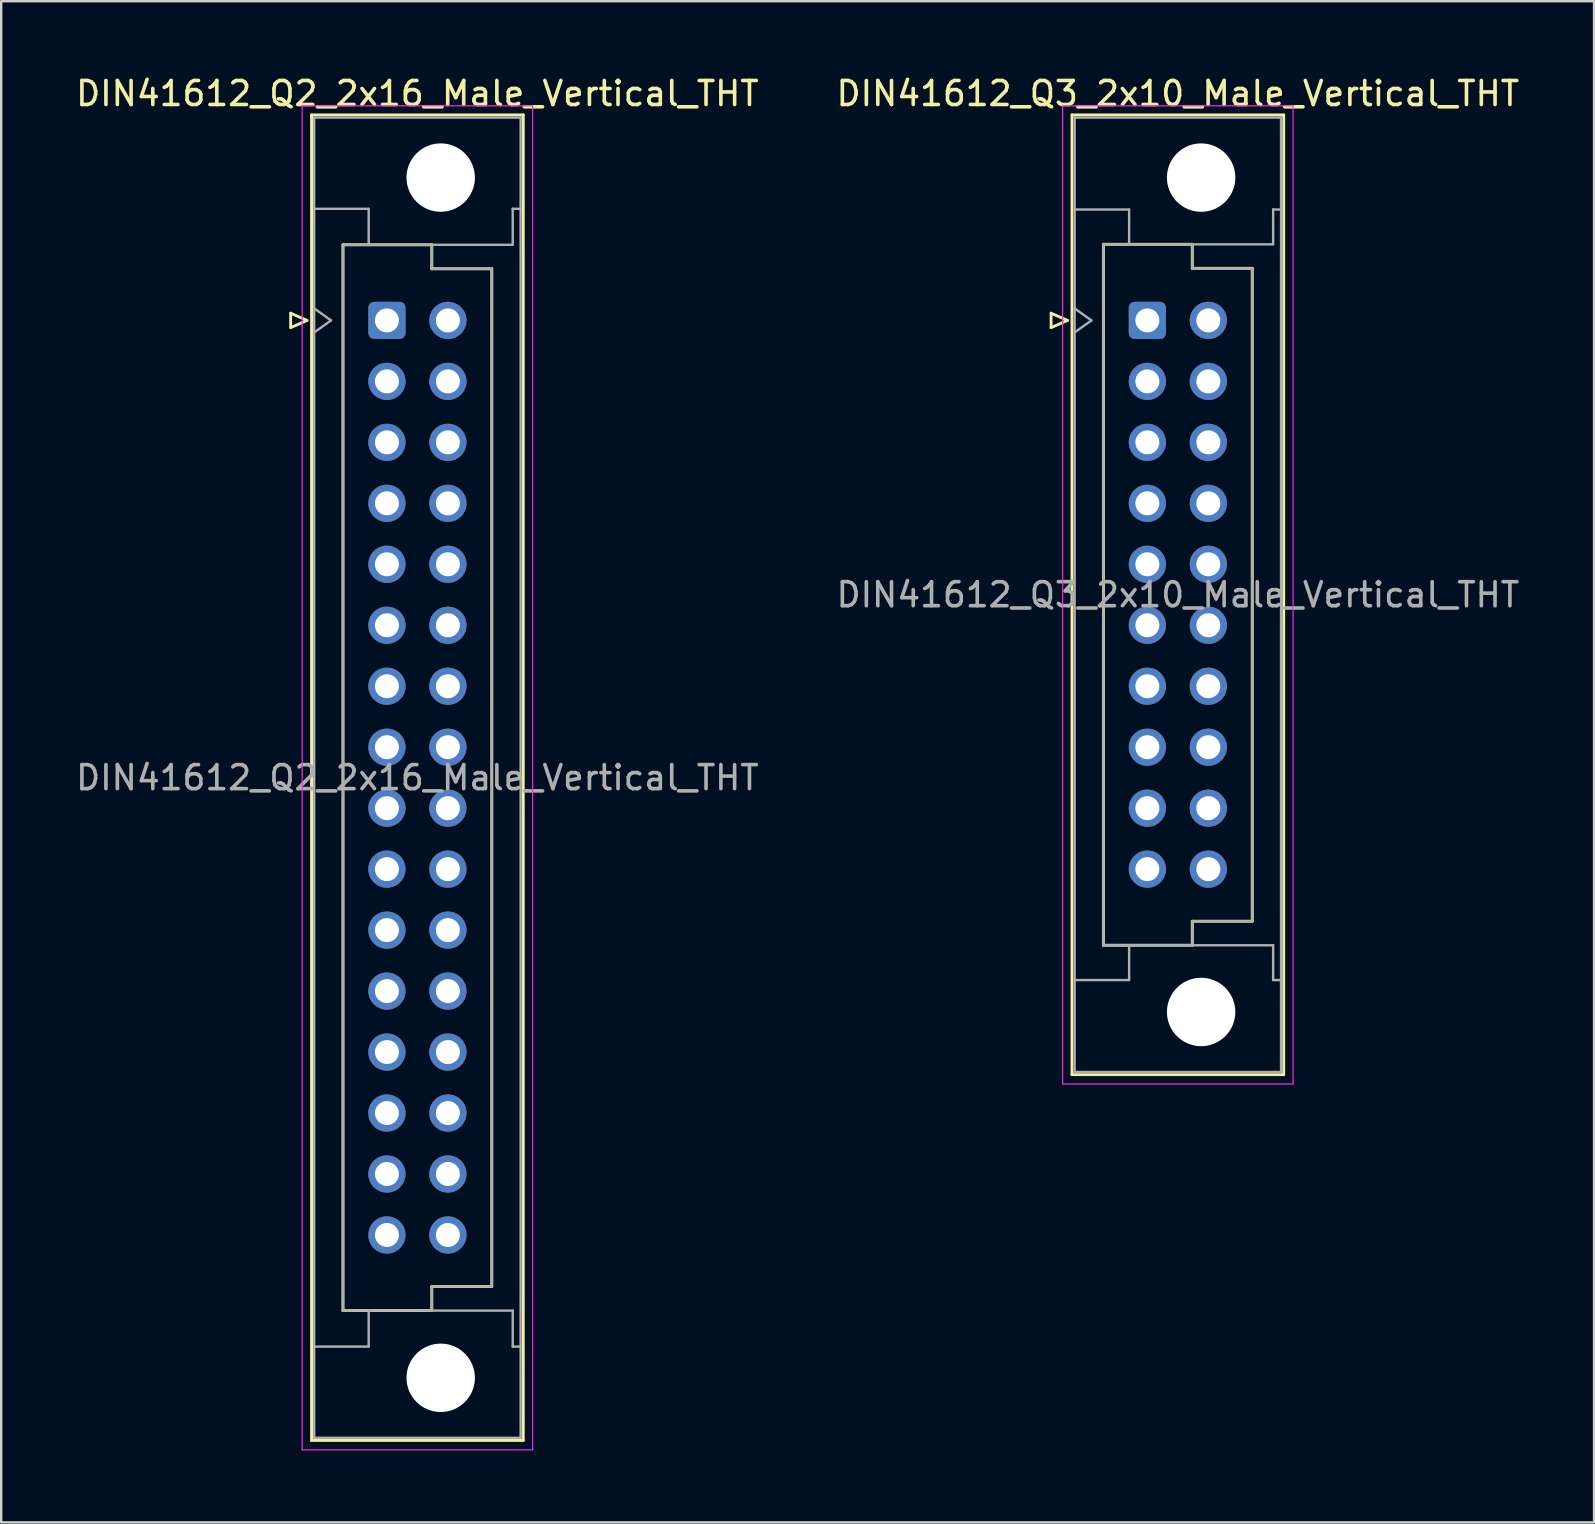
<source format=kicad_pcb>
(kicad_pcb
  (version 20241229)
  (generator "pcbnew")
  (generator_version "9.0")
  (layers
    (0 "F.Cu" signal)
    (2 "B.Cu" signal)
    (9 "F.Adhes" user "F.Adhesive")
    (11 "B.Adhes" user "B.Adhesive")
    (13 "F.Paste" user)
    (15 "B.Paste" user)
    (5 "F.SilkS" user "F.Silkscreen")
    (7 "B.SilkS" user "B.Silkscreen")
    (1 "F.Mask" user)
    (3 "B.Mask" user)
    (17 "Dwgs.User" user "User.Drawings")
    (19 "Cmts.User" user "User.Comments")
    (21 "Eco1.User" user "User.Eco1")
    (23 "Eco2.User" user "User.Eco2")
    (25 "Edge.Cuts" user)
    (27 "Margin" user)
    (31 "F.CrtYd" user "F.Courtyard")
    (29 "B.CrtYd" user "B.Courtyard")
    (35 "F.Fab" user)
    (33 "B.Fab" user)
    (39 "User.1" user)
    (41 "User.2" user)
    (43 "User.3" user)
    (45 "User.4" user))
  (footprint "DIN41612_Q2_2x16_Male_Vertical_THT"
    (layer "F.Cu")
    (at 13.069 10.298)
    (property "Reference" "DIN41612_Q2_2x16_Male_Vertical_THT" (at 1.27 -9.45 0) (layer "F.SilkS") (effects (font (size 1 1) (thickness 0.15))))
    (attr through_hole)
    (fp_line (start -4.01 -0.3) (end -4.01 0.3) (stroke (width 0.12) (type solid)) (layer "F.SilkS"))
    (fp_line (start -4.01 0.3) (end -3.33 0) (stroke (width 0.12) (type solid)) (layer "F.SilkS"))
    (fp_line (start -3.33 0) (end -4.01 -0.3) (stroke (width 0.12) (type solid)) (layer "F.SilkS"))
    (fp_line (start -3.14 -8.56) (end 5.68 -8.56) (stroke (width 0.12) (type solid)) (layer "F.SilkS"))
    (fp_line (start -3.14 46.66) (end -3.14 -8.56) (stroke (width 0.12) (type solid)) (layer "F.SilkS"))
    (fp_line (start -1.83 -3.15) (end 1.87 -3.15) (stroke (width 0.12) (type solid)) (layer "F.SilkS"))
    (fp_line (start -1.83 41.25) (end -1.83 -3.15) (stroke (width 0.12) (type solid)) (layer "F.SilkS"))
    (fp_line (start 1.87 -3.15) (end 1.87 -2.15) (stroke (width 0.12) (type solid)) (layer "F.SilkS"))
    (fp_line (start 1.87 -2.15) (end 4.37 -2.15) (stroke (width 0.12) (type solid)) (layer "F.SilkS"))
    (fp_line (start 1.87 40.25) (end 1.87 41.25) (stroke (width 0.12) (type solid)) (layer "F.SilkS"))
    (fp_line (start 1.87 41.25) (end -1.83 41.25) (stroke (width 0.12) (type solid)) (layer "F.SilkS"))
    (fp_line (start 4.37 -2.15) (end 4.37 40.25) (stroke (width 0.12) (type solid)) (layer "F.SilkS"))
    (fp_line (start 4.37 40.25) (end 1.87 40.25) (stroke (width 0.12) (type solid)) (layer "F.SilkS"))
    (fp_line (start 5.68 -8.56) (end 5.68 46.66) (stroke (width 0.12) (type solid)) (layer "F.SilkS"))
    (fp_line (start 5.68 46.66) (end -3.14 46.66) (stroke (width 0.12) (type solid)) (layer "F.SilkS"))
    (fp_line (start -3.53 -8.94) (end 6.07 -8.94) (stroke (width 0.05) (type solid)) (layer "F.CrtYd"))
    (fp_line (start -3.53 47.05) (end -3.53 -8.94) (stroke (width 0.05) (type solid)) (layer "F.CrtYd"))
    (fp_line (start 6.07 -8.94) (end 6.07 47.05) (stroke (width 0.05) (type solid)) (layer "F.CrtYd"))
    (fp_line (start 6.07 47.05) (end -3.53 47.05) (stroke (width 0.05) (type solid)) (layer "F.CrtYd"))
    (fp_line (start -3.03 -8.45) (end 5.57 -8.45) (stroke (width 0.1) (type solid)) (layer "F.Fab"))
    (fp_line (start -3.03 -4.65) (end -0.76 -4.65) (stroke (width 0.1) (type solid)) (layer "F.Fab"))
    (fp_line (start -3.03 -0.5) (end -2.33 0) (stroke (width 0.1) (type solid)) (layer "F.Fab"))
    (fp_line (start -3.03 42.75) (end -0.76 42.75) (stroke (width 0.1) (type solid)) (layer "F.Fab"))
    (fp_line (start -3.03 46.55) (end -3.03 -8.45) (stroke (width 0.1) (type solid)) (layer "F.Fab"))
    (fp_line (start -2.33 0) (end -3.03 0.5) (stroke (width 0.1) (type solid)) (layer "F.Fab"))
    (fp_line (start -1.83 -3.15) (end 1.87 -3.15) (stroke (width 0.1) (type solid)) (layer "F.Fab"))
    (fp_line (start -1.83 41.25) (end -1.83 -3.15) (stroke (width 0.1) (type solid)) (layer "F.Fab"))
    (fp_line (start -0.76 -4.65) (end -0.76 -3.15) (stroke (width 0.1) (type solid)) (layer "F.Fab"))
    (fp_line (start -0.76 42.75) (end -0.76 41.25) (stroke (width 0.1) (type solid)) (layer "F.Fab"))
    (fp_line (start 1.87 -3.15) (end 1.87 -2.15) (stroke (width 0.1) (type solid)) (layer "F.Fab"))
    (fp_line (start 1.87 -3.15) (end 5.24 -3.15) (stroke (width 0.1) (type solid)) (layer "F.Fab"))
    (fp_line (start 1.87 -2.15) (end 4.37 -2.15) (stroke (width 0.1) (type solid)) (layer "F.Fab"))
    (fp_line (start 1.87 40.25) (end 1.87 41.25) (stroke (width 0.1) (type solid)) (layer "F.Fab"))
    (fp_line (start 1.87 41.25) (end -1.83 41.25) (stroke (width 0.1) (type solid)) (layer "F.Fab"))
    (fp_line (start 1.87 41.25) (end 5.24 41.25) (stroke (width 0.1) (type solid)) (layer "F.Fab"))
    (fp_line (start 4.37 -2.15) (end 4.37 40.25) (stroke (width 0.1) (type solid)) (layer "F.Fab"))
    (fp_line (start 4.37 40.25) (end 1.87 40.25) (stroke (width 0.1) (type solid)) (layer "F.Fab"))
    (fp_line (start 5.24 -4.65) (end 5.57 -4.65) (stroke (width 0.1) (type solid)) (layer "F.Fab"))
    (fp_line (start 5.24 -3.15) (end 5.24 -4.65) (stroke (width 0.1) (type solid)) (layer "F.Fab"))
    (fp_line (start 5.24 41.25) (end 5.24 42.75) (stroke (width 0.1) (type solid)) (layer "F.Fab"))
    (fp_line (start 5.24 42.75) (end 5.57 42.75) (stroke (width 0.1) (type solid)) (layer "F.Fab"))
    (fp_line (start 5.57 -8.45) (end 5.57 46.55) (stroke (width 0.1) (type solid)) (layer "F.Fab"))
    (fp_line (start 5.57 46.55) (end -3.03 46.55) (stroke (width 0.1) (type solid)) (layer "F.Fab"))
    (fp_text user "${REFERENCE}" (at 1.27 19.05 0) (layer "F.Fab") (effects (font (size 1 1) (thickness 0.15))))
    (pad "" np_thru_hole circle (at 2.24 -5.95) (size 2.85 2.85) (drill 2.85) (layers "*.Cu" "*.Mask"))
    (pad "" np_thru_hole circle (at 2.24 44.05) (size 2.85 2.85) (drill 2.85) (layers "*.Cu" "*.Mask"))
    (pad "a1" thru_hole roundrect (at 0 0) (size 1.55 1.55) (drill 1) (layers "*.Cu" "*.Mask") (roundrect_rratio 0.161))
    (pad "a2" thru_hole circle (at 0 2.54) (size 1.55 1.55) (drill 1) (layers "*.Cu" "*.Mask"))
    (pad "a3" thru_hole circle (at 0 5.08) (size 1.55 1.55) (drill 1) (layers "*.Cu" "*.Mask"))
    (pad "a4" thru_hole circle (at 0 7.62) (size 1.55 1.55) (drill 1) (layers "*.Cu" "*.Mask"))
    (pad "a5" thru_hole circle (at 0 10.16) (size 1.55 1.55) (drill 1) (layers "*.Cu" "*.Mask"))
    (pad "a6" thru_hole circle (at 0 12.7) (size 1.55 1.55) (drill 1) (layers "*.Cu" "*.Mask"))
    (pad "a7" thru_hole circle (at 0 15.24) (size 1.55 1.55) (drill 1) (layers "*.Cu" "*.Mask"))
    (pad "a8" thru_hole circle (at 0 17.78) (size 1.55 1.55) (drill 1) (layers "*.Cu" "*.Mask"))
    (pad "a9" thru_hole circle (at 0 20.32) (size 1.55 1.55) (drill 1) (layers "*.Cu" "*.Mask"))
    (pad "a10" thru_hole circle (at 0 22.86) (size 1.55 1.55) (drill 1) (layers "*.Cu" "*.Mask"))
    (pad "a11" thru_hole circle (at 0 25.4) (size 1.55 1.55) (drill 1) (layers "*.Cu" "*.Mask"))
    (pad "a12" thru_hole circle (at 0 27.94) (size 1.55 1.55) (drill 1) (layers "*.Cu" "*.Mask"))
    (pad "a13" thru_hole circle (at 0 30.48) (size 1.55 1.55) (drill 1) (layers "*.Cu" "*.Mask"))
    (pad "a14" thru_hole circle (at 0 33.02) (size 1.55 1.55) (drill 1) (layers "*.Cu" "*.Mask"))
    (pad "a15" thru_hole circle (at 0 35.56) (size 1.55 1.55) (drill 1) (layers "*.Cu" "*.Mask"))
    (pad "a16" thru_hole circle (at 0 38.1) (size 1.55 1.55) (drill 1) (layers "*.Cu" "*.Mask"))
    (pad "b1" thru_hole circle (at 2.54 0) (size 1.55 1.55) (drill 1) (layers "*.Cu" "*.Mask"))
    (pad "b2" thru_hole circle (at 2.54 2.54) (size 1.55 1.55) (drill 1) (layers "*.Cu" "*.Mask"))
    (pad "b3" thru_hole circle (at 2.54 5.08) (size 1.55 1.55) (drill 1) (layers "*.Cu" "*.Mask"))
    (pad "b4" thru_hole circle (at 2.54 7.62) (size 1.55 1.55) (drill 1) (layers "*.Cu" "*.Mask"))
    (pad "b5" thru_hole circle (at 2.54 10.16) (size 1.55 1.55) (drill 1) (layers "*.Cu" "*.Mask"))
    (pad "b6" thru_hole circle (at 2.54 12.7) (size 1.55 1.55) (drill 1) (layers "*.Cu" "*.Mask"))
    (pad "b7" thru_hole circle (at 2.54 15.24) (size 1.55 1.55) (drill 1) (layers "*.Cu" "*.Mask"))
    (pad "b8" thru_hole circle (at 2.54 17.78) (size 1.55 1.55) (drill 1) (layers "*.Cu" "*.Mask"))
    (pad "b9" thru_hole circle (at 2.54 20.32) (size 1.55 1.55) (drill 1) (layers "*.Cu" "*.Mask"))
    (pad "b10" thru_hole circle (at 2.54 22.86) (size 1.55 1.55) (drill 1) (layers "*.Cu" "*.Mask"))
    (pad "b11" thru_hole circle (at 2.54 25.4) (size 1.55 1.55) (drill 1) (layers "*.Cu" "*.Mask"))
    (pad "b12" thru_hole circle (at 2.54 27.94) (size 1.55 1.55) (drill 1) (layers "*.Cu" "*.Mask"))
    (pad "b13" thru_hole circle (at 2.54 30.48) (size 1.55 1.55) (drill 1) (layers "*.Cu" "*.Mask"))
    (pad "b14" thru_hole circle (at 2.54 33.02) (size 1.55 1.55) (drill 1) (layers "*.Cu" "*.Mask"))
    (pad "b15" thru_hole circle (at 2.54 35.56) (size 1.55 1.55) (drill 1) (layers "*.Cu" "*.Mask"))
    (pad "b16" thru_hole circle (at 2.54 38.1) (size 1.55 1.55) (drill 1) (layers "*.Cu" "*.Mask")))
  (footprint "DIN41612_Q3_2x10_Male_Vertical_THT"
    (layer "F.Cu")
    (at 44.748 10.298)
    (property "Reference" "DIN41612_Q3_2x10_Male_Vertical_THT" (at 1.27 -9.45 0) (layer "F.SilkS") (effects (font (size 1 1) (thickness 0.15))))
    (attr through_hole)
    (fp_line (start -4.01 -0.3) (end -4.01 0.3) (stroke (width 0.12) (type solid)) (layer "F.SilkS"))
    (fp_line (start -4.01 0.3) (end -3.33 0) (stroke (width 0.12) (type solid)) (layer "F.SilkS"))
    (fp_line (start -3.33 0) (end -4.01 -0.3) (stroke (width 0.12) (type solid)) (layer "F.SilkS"))
    (fp_line (start -3.14 -8.56) (end 5.68 -8.56) (stroke (width 0.12) (type solid)) (layer "F.SilkS"))
    (fp_line (start -3.14 31.42) (end -3.14 -8.56) (stroke (width 0.12) (type solid)) (layer "F.SilkS"))
    (fp_line (start -1.83 -3.17) (end 1.87 -3.17) (stroke (width 0.12) (type solid)) (layer "F.SilkS"))
    (fp_line (start -1.83 26.03) (end -1.83 -3.17) (stroke (width 0.12) (type solid)) (layer "F.SilkS"))
    (fp_line (start 1.87 -3.17) (end 1.87 -2.17) (stroke (width 0.12) (type solid)) (layer "F.SilkS"))
    (fp_line (start 1.87 -2.17) (end 4.37 -2.17) (stroke (width 0.12) (type solid)) (layer "F.SilkS"))
    (fp_line (start 1.87 25.03) (end 1.87 26.03) (stroke (width 0.12) (type solid)) (layer "F.SilkS"))
    (fp_line (start 1.87 26.03) (end -1.83 26.03) (stroke (width 0.12) (type solid)) (layer "F.SilkS"))
    (fp_line (start 4.37 -2.17) (end 4.37 25.03) (stroke (width 0.12) (type solid)) (layer "F.SilkS"))
    (fp_line (start 4.37 25.03) (end 1.87 25.03) (stroke (width 0.12) (type solid)) (layer "F.SilkS"))
    (fp_line (start 5.68 -8.56) (end 5.68 31.42) (stroke (width 0.12) (type solid)) (layer "F.SilkS"))
    (fp_line (start 5.68 31.42) (end -3.14 31.42) (stroke (width 0.12) (type solid)) (layer "F.SilkS"))
    (fp_line (start -3.53 -8.94) (end 6.07 -8.94) (stroke (width 0.05) (type solid)) (layer "F.CrtYd"))
    (fp_line (start -3.53 31.81) (end -3.53 -8.94) (stroke (width 0.05) (type solid)) (layer "F.CrtYd"))
    (fp_line (start 6.07 -8.94) (end 6.07 31.81) (stroke (width 0.05) (type solid)) (layer "F.CrtYd"))
    (fp_line (start 6.07 31.81) (end -3.53 31.81) (stroke (width 0.05) (type solid)) (layer "F.CrtYd"))
    (fp_line (start -3.03 -8.45) (end 5.57 -8.45) (stroke (width 0.1) (type solid)) (layer "F.Fab"))
    (fp_line (start -3.03 -4.62) (end -0.76 -4.62) (stroke (width 0.1) (type solid)) (layer "F.Fab"))
    (fp_line (start -3.03 -0.5) (end -2.33 0) (stroke (width 0.1) (type solid)) (layer "F.Fab"))
    (fp_line (start -3.03 27.48) (end -0.76 27.48) (stroke (width 0.1) (type solid)) (layer "F.Fab"))
    (fp_line (start -3.03 31.31) (end -3.03 -8.45) (stroke (width 0.1) (type solid)) (layer "F.Fab"))
    (fp_line (start -2.33 0) (end -3.03 0.5) (stroke (width 0.1) (type solid)) (layer "F.Fab"))
    (fp_line (start -1.83 -3.17) (end 1.87 -3.17) (stroke (width 0.1) (type solid)) (layer "F.Fab"))
    (fp_line (start -1.83 26.03) (end -1.83 -3.17) (stroke (width 0.1) (type solid)) (layer "F.Fab"))
    (fp_line (start -0.76 -4.62) (end -0.76 -3.17) (stroke (width 0.1) (type solid)) (layer "F.Fab"))
    (fp_line (start -0.76 27.48) (end -0.76 26.03) (stroke (width 0.1) (type solid)) (layer "F.Fab"))
    (fp_line (start 1.87 -3.17) (end 1.87 -2.17) (stroke (width 0.1) (type solid)) (layer "F.Fab"))
    (fp_line (start 1.87 -3.17) (end 5.24 -3.17) (stroke (width 0.1) (type solid)) (layer "F.Fab"))
    (fp_line (start 1.87 -2.17) (end 4.37 -2.17) (stroke (width 0.1) (type solid)) (layer "F.Fab"))
    (fp_line (start 1.87 25.03) (end 1.87 26.03) (stroke (width 0.1) (type solid)) (layer "F.Fab"))
    (fp_line (start 1.87 26.03) (end -1.83 26.03) (stroke (width 0.1) (type solid)) (layer "F.Fab"))
    (fp_line (start 1.87 26.03) (end 5.24 26.03) (stroke (width 0.1) (type solid)) (layer "F.Fab"))
    (fp_line (start 4.37 -2.17) (end 4.37 25.03) (stroke (width 0.1) (type solid)) (layer "F.Fab"))
    (fp_line (start 4.37 25.03) (end 1.87 25.03) (stroke (width 0.1) (type solid)) (layer "F.Fab"))
    (fp_line (start 5.24 -4.62) (end 5.57 -4.62) (stroke (width 0.1) (type solid)) (layer "F.Fab"))
    (fp_line (start 5.24 -3.17) (end 5.24 -4.62) (stroke (width 0.1) (type solid)) (layer "F.Fab"))
    (fp_line (start 5.24 26.03) (end 5.24 27.48) (stroke (width 0.1) (type solid)) (layer "F.Fab"))
    (fp_line (start 5.24 27.48) (end 5.57 27.48) (stroke (width 0.1) (type solid)) (layer "F.Fab"))
    (fp_line (start 5.57 -8.45) (end 5.57 31.31) (stroke (width 0.1) (type solid)) (layer "F.Fab"))
    (fp_line (start 5.57 31.31) (end -3.03 31.31) (stroke (width 0.1) (type solid)) (layer "F.Fab"))
    (fp_text user "${REFERENCE}" (at 1.27 11.43 0) (layer "F.Fab") (effects (font (size 1 1) (thickness 0.15))))
    (pad "" np_thru_hole circle (at 2.24 -5.95) (size 2.85 2.85) (drill 2.85) (layers "*.Cu" "*.Mask"))
    (pad "" np_thru_hole circle (at 2.24 28.81) (size 2.85 2.85) (drill 2.85) (layers "*.Cu" "*.Mask"))
    (pad "a1" thru_hole roundrect (at 0 0) (size 1.55 1.55) (drill 1) (layers "*.Cu" "*.Mask") (roundrect_rratio 0.161))
    (pad "a2" thru_hole circle (at 0 2.54) (size 1.55 1.55) (drill 1) (layers "*.Cu" "*.Mask"))
    (pad "a3" thru_hole circle (at 0 5.08) (size 1.55 1.55) (drill 1) (layers "*.Cu" "*.Mask"))
    (pad "a4" thru_hole circle (at 0 7.62) (size 1.55 1.55) (drill 1) (layers "*.Cu" "*.Mask"))
    (pad "a5" thru_hole circle (at 0 10.16) (size 1.55 1.55) (drill 1) (layers "*.Cu" "*.Mask"))
    (pad "a6" thru_hole circle (at 0 12.7) (size 1.55 1.55) (drill 1) (layers "*.Cu" "*.Mask"))
    (pad "a7" thru_hole circle (at 0 15.24) (size 1.55 1.55) (drill 1) (layers "*.Cu" "*.Mask"))
    (pad "a8" thru_hole circle (at 0 17.78) (size 1.55 1.55) (drill 1) (layers "*.Cu" "*.Mask"))
    (pad "a9" thru_hole circle (at 0 20.32) (size 1.55 1.55) (drill 1) (layers "*.Cu" "*.Mask"))
    (pad "a10" thru_hole circle (at 0 22.86) (size 1.55 1.55) (drill 1) (layers "*.Cu" "*.Mask"))
    (pad "b1" thru_hole circle (at 2.54 0) (size 1.55 1.55) (drill 1) (layers "*.Cu" "*.Mask"))
    (pad "b2" thru_hole circle (at 2.54 2.54) (size 1.55 1.55) (drill 1) (layers "*.Cu" "*.Mask"))
    (pad "b3" thru_hole circle (at 2.54 5.08) (size 1.55 1.55) (drill 1) (layers "*.Cu" "*.Mask"))
    (pad "b4" thru_hole circle (at 2.54 7.62) (size 1.55 1.55) (drill 1) (layers "*.Cu" "*.Mask"))
    (pad "b5" thru_hole circle (at 2.54 10.16) (size 1.55 1.55) (drill 1) (layers "*.Cu" "*.Mask"))
    (pad "b6" thru_hole circle (at 2.54 12.7) (size 1.55 1.55) (drill 1) (layers "*.Cu" "*.Mask"))
    (pad "b7" thru_hole circle (at 2.54 15.24) (size 1.55 1.55) (drill 1) (layers "*.Cu" "*.Mask"))
    (pad "b8" thru_hole circle (at 2.54 17.78) (size 1.55 1.55) (drill 1) (layers "*.Cu" "*.Mask"))
    (pad "b9" thru_hole circle (at 2.54 20.32) (size 1.55 1.55) (drill 1) (layers "*.Cu" "*.Mask"))
    (pad "b10" thru_hole circle (at 2.54 22.86) (size 1.55 1.55) (drill 1) (layers "*.Cu" "*.Mask")))
  (gr_rect
    (start -3 -3)
    (end 63.357 60.373)
    (stroke (width 0.1) (type default))
    (fill no)
    (layer "Edge.Cuts")))
</source>
